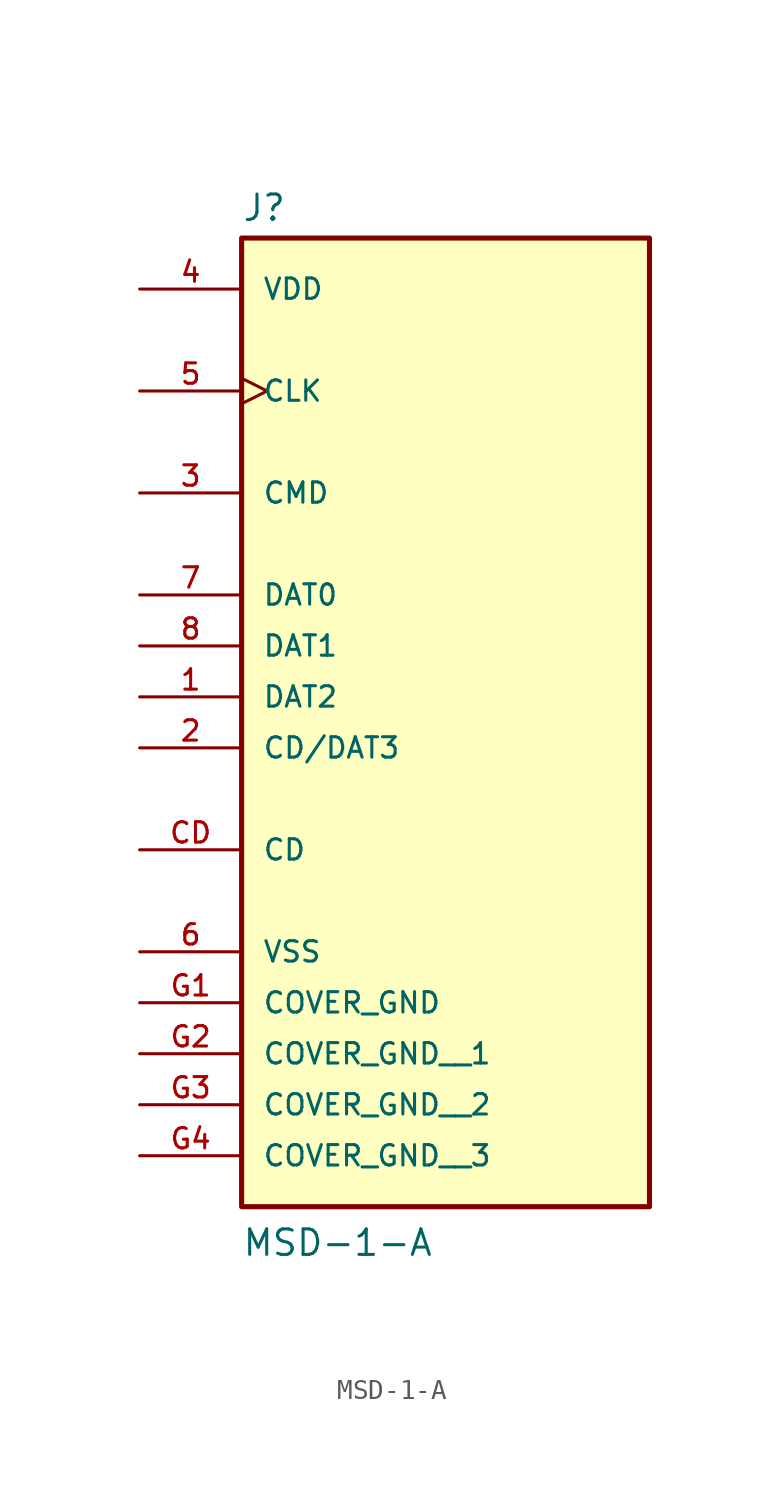
<source format=kicad_sym>
(kicad_symbol_lib
  (version 20211014)
  (generator kicad_symbol_editor)
  (symbol "MSD-1-A"
    (pin_names
      (offset 1.016))
    (property "Reference" "J"
      (at -10.16 21.082 0)
      (effects (font (size 1.27 1.27)) (justify bottom left)))
    (property "Value" "MSD-1-A"
      (at -10.16 -30.48 0)
      (effects (font (size 1.27 1.27)) (justify bottom left)))
    (symbol "MSD-1-A_0_0"
      (rectangle (start -10.16 -27.94) (end 10.16 20.32) (stroke (width 0.254)) (fill (type background)))
      (pin bidirectional line (at -15.24 -5.08 0) (length 5.08) (name "CD/DAT3" (effects (font (size 1.016 1.016)))) (number "2" (effects (font (size 1.016 1.016)))))
      (pin bidirectional line (at -15.24 7.62 0) (length 5.08) (name "CMD" (effects (font (size 1.016 1.016)))) (number "3" (effects (font (size 1.016 1.016)))))
      (pin power_in line (at -15.24 -15.24 0) (length 5.08) (name "VSS" (effects (font (size 1.016 1.016)))) (number "6" (effects (font (size 1.016 1.016)))))
      (pin power_in line (at -15.24 17.78 0) (length 5.08) (name "VDD" (effects (font (size 1.016 1.016)))) (number "4" (effects (font (size 1.016 1.016)))))
      (pin input clock (at -15.24 12.7 0) (length 5.08) (name "CLK" (effects (font (size 1.016 1.016)))) (number "5" (effects (font (size 1.016 1.016)))))
      (pin bidirectional line (at -15.24 2.54 0) (length 5.08) (name "DAT0" (effects (font (size 1.016 1.016)))) (number "7" (effects (font (size 1.016 1.016)))))
      (pin passive line (at -15.24 -10.16 0) (length 5.08) (name "CD" (effects (font (size 1.016 1.016)))) (number "CD" (effects (font (size 1.016 1.016)))))
      (pin bidirectional line (at -15.24 0.0 0) (length 5.08) (name "DAT1" (effects (font (size 1.016 1.016)))) (number "8" (effects (font (size 1.016 1.016)))))
      (pin bidirectional line (at -15.24 -2.54 0) (length 5.08) (name "DAT2" (effects (font (size 1.016 1.016)))) (number "1" (effects (font (size 1.016 1.016)))))
      (pin power_in line (at -15.24 -17.78 0) (length 5.08) (name "COVER_GND" (effects (font (size 1.016 1.016)))) (number "G1" (effects (font (size 1.016 1.016)))))
      (pin power_in line (at -15.24 -20.32 0) (length 5.08) (name "COVER_GND__1" (effects (font (size 1.016 1.016)))) (number "G2" (effects (font (size 1.016 1.016)))))
      (pin power_in line (at -15.24 -22.86 0) (length 5.08) (name "COVER_GND__2" (effects (font (size 1.016 1.016)))) (number "G3" (effects (font (size 1.016 1.016)))))
      (pin power_in line (at -15.24 -25.4 0) (length 5.08) (name "COVER_GND__3" (effects (font (size 1.016 1.016)))) (number "G4" (effects (font (size 1.016 1.016))))))))
</source>
